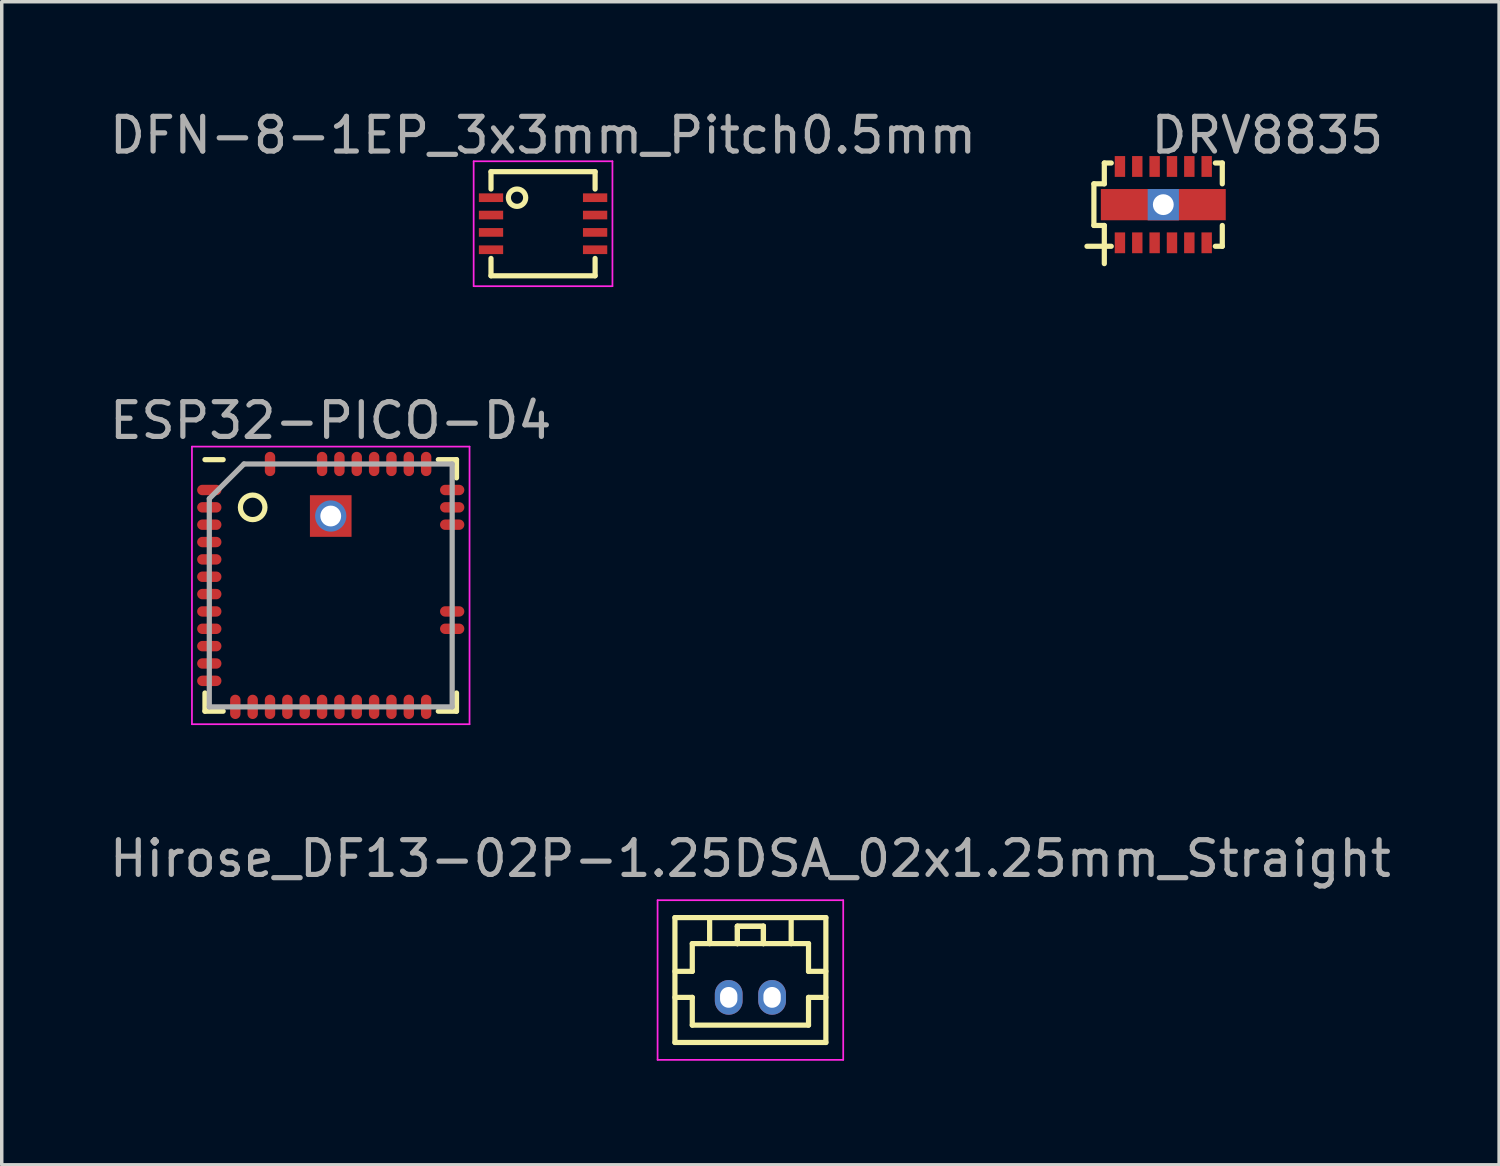
<source format=kicad_pcb>
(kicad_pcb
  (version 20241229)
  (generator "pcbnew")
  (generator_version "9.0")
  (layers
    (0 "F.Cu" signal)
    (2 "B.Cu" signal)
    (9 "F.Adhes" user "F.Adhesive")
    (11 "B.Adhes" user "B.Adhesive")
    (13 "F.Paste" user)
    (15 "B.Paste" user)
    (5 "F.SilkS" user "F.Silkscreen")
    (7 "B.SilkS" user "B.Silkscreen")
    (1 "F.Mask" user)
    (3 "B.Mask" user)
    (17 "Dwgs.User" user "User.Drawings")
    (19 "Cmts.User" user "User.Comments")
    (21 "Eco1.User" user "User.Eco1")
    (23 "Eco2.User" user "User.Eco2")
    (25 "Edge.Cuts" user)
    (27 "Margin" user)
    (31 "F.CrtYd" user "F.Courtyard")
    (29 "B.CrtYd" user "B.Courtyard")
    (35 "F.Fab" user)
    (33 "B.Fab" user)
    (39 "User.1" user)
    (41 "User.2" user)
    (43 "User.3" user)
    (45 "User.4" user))
  (footprint "Hirose_DF13-02P-1.25DSA_02x1.25mm_Straight"
    (layer "F.Cu")
    (at 18.577 25.695)
    (property "Reference" "Hirose_DF13-02P-1.25DSA_02x1.25mm_Straight" (at 0 -4 0) (layer "F.Fab") (effects (font (size 1 1) (thickness 0.15))))
    (attr through_hole)
    (fp_line (start -2.175 -2.3) (end -2.175 1.3) (stroke (width 0.15) (type solid)) (layer "F.SilkS"))
    (fp_line (start -2.175 -0.75) (end -1.675 -0.75) (stroke (width 0.15) (type solid)) (layer "F.SilkS"))
    (fp_line (start -2.175 0) (end -1.675 0) (stroke (width 0.15) (type solid)) (layer "F.SilkS"))
    (fp_line (start -2.175 1.3) (end 2.175 1.3) (stroke (width 0.15) (type solid)) (layer "F.SilkS"))
    (fp_line (start -1.675 -1.55) (end -1.175 -1.55) (stroke (width 0.15) (type solid)) (layer "F.SilkS"))
    (fp_line (start -1.675 -0.75) (end -1.675 -1.55) (stroke (width 0.15) (type solid)) (layer "F.SilkS"))
    (fp_line (start -1.675 0) (end -1.675 0.8) (stroke (width 0.15) (type solid)) (layer "F.SilkS"))
    (fp_line (start -1.675 0.8) (end 1.675 0.8) (stroke (width 0.15) (type solid)) (layer "F.SilkS"))
    (fp_line (start -1.175 -1.55) (end -1.175 -2.3) (stroke (width 0.15) (type solid)) (layer "F.SilkS"))
    (fp_line (start -1.175 -1.55) (end -0.375 -1.55) (stroke (width 0.15) (type solid)) (layer "F.SilkS"))
    (fp_line (start -0.375 -2.05) (end 0.375 -2.05) (stroke (width 0.15) (type solid)) (layer "F.SilkS"))
    (fp_line (start -0.375 -2.05) (end 0.375 -2.05) (stroke (width 0.15) (type solid)) (layer "F.SilkS"))
    (fp_line (start -0.375 -1.55) (end -0.375 -2.05) (stroke (width 0.15) (type solid)) (layer "F.SilkS"))
    (fp_line (start -0.375 -1.55) (end -0.375 -2.05) (stroke (width 0.15) (type solid)) (layer "F.SilkS"))
    (fp_line (start 0.375 -2.05) (end 0.375 -1.55) (stroke (width 0.15) (type solid)) (layer "F.SilkS"))
    (fp_line (start 0.375 -2.05) (end 0.375 -1.55) (stroke (width 0.15) (type solid)) (layer "F.SilkS"))
    (fp_line (start 0.375 -1.55) (end -0.375 -1.55) (stroke (width 0.15) (type solid)) (layer "F.SilkS"))
    (fp_line (start 0.375 -1.55) (end 1.175 -1.55) (stroke (width 0.15) (type solid)) (layer "F.SilkS"))
    (fp_line (start 1.175 -1.55) (end 1.175 -2.3) (stroke (width 0.15) (type solid)) (layer "F.SilkS"))
    (fp_line (start 1.675 -1.55) (end 1.175 -1.55) (stroke (width 0.15) (type solid)) (layer "F.SilkS"))
    (fp_line (start 1.675 -0.75) (end 1.675 -1.55) (stroke (width 0.15) (type solid)) (layer "F.SilkS"))
    (fp_line (start 1.675 0) (end 2.175 0) (stroke (width 0.15) (type solid)) (layer "F.SilkS"))
    (fp_line (start 1.675 0.8) (end 1.675 0) (stroke (width 0.15) (type solid)) (layer "F.SilkS"))
    (fp_line (start 2.175 -2.3) (end -2.175 -2.3) (stroke (width 0.15) (type solid)) (layer "F.SilkS"))
    (fp_line (start 2.175 -0.75) (end 1.675 -0.75) (stroke (width 0.15) (type solid)) (layer "F.SilkS"))
    (fp_line (start 2.175 1.3) (end 2.175 -2.3) (stroke (width 0.15) (type solid)) (layer "F.SilkS"))
    (fp_line (start -2.675 -2.8) (end -2.675 1.8) (stroke (width 0.05) (type solid)) (layer "F.CrtYd"))
    (fp_line (start -2.675 1.8) (end 2.675 1.8) (stroke (width 0.05) (type solid)) (layer "F.CrtYd"))
    (fp_line (start 2.675 -2.8) (end -2.675 -2.8) (stroke (width 0.05) (type solid)) (layer "F.CrtYd"))
    (fp_line (start 2.675 1.8) (end 2.675 -2.8) (stroke (width 0.05) (type solid)) (layer "F.CrtYd"))
    (pad "1" thru_hole oval (at -0.625 0) (size 0.8 1) (drill oval 0.5 0.6) (layers "*.Cu" "*.Mask"))
    (pad "2" thru_hole oval (at 0.625 0) (size 0.8 1) (drill oval 0.5 0.6) (layers "*.Cu" "*.Mask")))
  (footprint "ESP32-PICO-D4"
    (layer "F.Cu")
    (at 6.482 13.822)
    (property "Reference" "ESP32-PICO-D4" (at 0 -4.75 0) (layer "F.Fab") (effects (font (size 1 1) (thickness 0.15))))
    (attr smd)
    (fp_line (start -3.625 -3.625) (end -3.1 -3.625) (stroke (width 0.15) (type solid)) (layer "F.SilkS"))
    (fp_line (start -3.625 3.625) (end -3.625 3.1) (stroke (width 0.15) (type solid)) (layer "F.SilkS"))
    (fp_line (start -3.625 3.625) (end -3.1 3.625) (stroke (width 0.15) (type solid)) (layer "F.SilkS"))
    (fp_line (start 3.625 -3.625) (end 3.1 -3.625) (stroke (width 0.15) (type solid)) (layer "F.SilkS"))
    (fp_line (start 3.625 -3.625) (end 3.625 -3.1) (stroke (width 0.15) (type solid)) (layer "F.SilkS"))
    (fp_line (start 3.625 3.625) (end 3.1 3.625) (stroke (width 0.15) (type solid)) (layer "F.SilkS"))
    (fp_line (start 3.625 3.625) (end 3.625 3.1) (stroke (width 0.15) (type solid)) (layer "F.SilkS"))
    (fp_circle (center -2.25 -2.25) (end -2 -2.5) (stroke (width 0.15) (type solid)) (fill no) (layer "F.SilkS"))
    (fp_line (start -4 -4) (end -4 4) (stroke (width 0.05) (type solid)) (layer "F.CrtYd"))
    (fp_line (start -4 -4) (end 4 -4) (stroke (width 0.05) (type solid)) (layer "F.CrtYd"))
    (fp_line (start -4 4) (end 4 4) (stroke (width 0.05) (type solid)) (layer "F.CrtYd"))
    (fp_line (start 4 -4) (end 4 4) (stroke (width 0.05) (type solid)) (layer "F.CrtYd"))
    (fp_line (start -3.5 -2.5) (end -2.5 -3.5) (stroke (width 0.15) (type solid)) (layer "F.Fab"))
    (fp_line (start -3.5 3.5) (end -3.5 -2.5) (stroke (width 0.15) (type solid)) (layer "F.Fab"))
    (fp_line (start -2.5 -3.5) (end 3.5 -3.5) (stroke (width 0.15) (type solid)) (layer "F.Fab"))
    (fp_line (start 3.5 -3.5) (end 3.5 3.5) (stroke (width 0.15) (type solid)) (layer "F.Fab"))
    (fp_line (start 3.5 3.5) (end -3.5 3.5) (stroke (width 0.15) (type solid)) (layer "F.Fab"))
    (pad "1" smd oval (at -3.5 -2.75) (size 0.7 0.3) (layers "F.Cu" "F.Mask" "F.Paste"))
    (pad "2" smd oval (at -3.5 -2.25) (size 0.7 0.3) (layers "F.Cu" "F.Mask" "F.Paste"))
    (pad "3" smd oval (at -3.5 -1.75) (size 0.7 0.3) (layers "F.Cu" "F.Mask" "F.Paste"))
    (pad "4" smd oval (at -3.5 -1.25) (size 0.7 0.3) (layers "F.Cu" "F.Mask" "F.Paste"))
    (pad "5" smd oval (at -3.5 -0.75) (size 0.7 0.3) (layers "F.Cu" "F.Mask" "F.Paste"))
    (pad "6" smd oval (at -3.5 -0.25) (size 0.7 0.3) (layers "F.Cu" "F.Mask" "F.Paste"))
    (pad "7" smd oval (at -3.5 0.25) (size 0.7 0.3) (layers "F.Cu" "F.Mask" "F.Paste"))
    (pad "8" smd oval (at -3.5 0.75) (size 0.7 0.3) (layers "F.Cu" "F.Mask" "F.Paste"))
    (pad "9" smd oval (at -3.5 1.25) (size 0.7 0.3) (layers "F.Cu" "F.Mask" "F.Paste"))
    (pad "10" smd oval (at -3.5 1.75) (size 0.7 0.3) (layers "F.Cu" "F.Mask" "F.Paste"))
    (pad "11" smd oval (at -3.5 2.25) (size 0.7 0.3) (layers "F.Cu" "F.Mask" "F.Paste"))
    (pad "12" smd oval (at -3.5 2.75) (size 0.7 0.3) (layers "F.Cu" "F.Mask" "F.Paste"))
    (pad "13" smd oval (at -2.75 3.5) (size 0.3 0.7) (layers "F.Cu" "F.Mask" "F.Paste"))
    (pad "14" smd oval (at -2.25 3.5) (size 0.3 0.7) (layers "F.Cu" "F.Mask" "F.Paste"))
    (pad "15" smd oval (at -1.75 3.5) (size 0.3 0.7) (layers "F.Cu" "F.Mask" "F.Paste"))
    (pad "16" smd oval (at -1.25 3.5) (size 0.3 0.7) (layers "F.Cu" "F.Mask" "F.Paste"))
    (pad "17" smd oval (at -0.75 3.5) (size 0.3 0.7) (layers "F.Cu" "F.Mask" "F.Paste"))
    (pad "18" smd oval (at -0.25 3.5) (size 0.3 0.7) (layers "F.Cu" "F.Mask" "F.Paste"))
    (pad "19" smd oval (at 0.25 3.5) (size 0.3 0.7) (layers "F.Cu" "F.Mask" "F.Paste"))
    (pad "20" smd oval (at 0.75 3.5) (size 0.3 0.7) (layers "F.Cu" "F.Mask" "F.Paste"))
    (pad "21" smd oval (at 1.25 3.5) (size 0.3 0.7) (layers "F.Cu" "F.Mask" "F.Paste"))
    (pad "22" smd oval (at 1.75 3.5) (size 0.3 0.7) (layers "F.Cu" "F.Mask" "F.Paste"))
    (pad "23" smd oval (at 2.25 3.5) (size 0.3 0.7) (layers "F.Cu" "F.Mask" "F.Paste"))
    (pad "24" smd oval (at 2.75 3.5) (size 0.3 0.7) (layers "F.Cu" "F.Mask" "F.Paste"))
    (pad "28" smd oval (at 3.5 1.25) (size 0.7 0.3) (layers "F.Cu" "F.Mask" "F.Paste"))
    (pad "29" smd oval (at 3.5 0.75) (size 0.7 0.3) (layers "F.Cu" "F.Mask" "F.Paste"))
    (pad "34" smd oval (at 3.5 -1.75) (size 0.7 0.3) (layers "F.Cu" "F.Mask" "F.Paste"))
    (pad "35" smd oval (at 3.5 -2.25) (size 0.7 0.3) (layers "F.Cu" "F.Mask" "F.Paste"))
    (pad "36" smd oval (at 3.5 -2.75) (size 0.7 0.3) (layers "F.Cu" "F.Mask" "F.Paste"))
    (pad "37" smd oval (at 2.75 -3.5 90) (size 0.7 0.3) (layers "F.Cu" "F.Mask" "F.Paste"))
    (pad "38" smd oval (at 2.25 -3.5 90) (size 0.7 0.3) (layers "F.Cu" "F.Mask" "F.Paste"))
    (pad "39" smd oval (at 1.75 -3.5 90) (size 0.7 0.3) (layers "F.Cu" "F.Mask" "F.Paste"))
    (pad "40" smd oval (at 1.25 -3.5 90) (size 0.7 0.3) (layers "F.Cu" "F.Mask" "F.Paste"))
    (pad "41" smd oval (at 0.75 -3.5 90) (size 0.7 0.3) (layers "F.Cu" "F.Mask" "F.Paste"))
    (pad "42" smd oval (at 0.25 -3.5 90) (size 0.7 0.3) (layers "F.Cu" "F.Mask" "F.Paste"))
    (pad "43" smd oval (at -0.25 -3.5 90) (size 0.7 0.3) (layers "F.Cu" "F.Mask" "F.Paste"))
    (pad "46" smd oval (at -1.75 -3.5 90) (size 0.7 0.3) (layers "F.Cu" "F.Mask" "F.Paste"))
    (pad "49" thru_hole circle (at 0 -2) (size 0.9 0.9) (drill 0.6) (layers "*.Cu" "*.Mask"))
    (pad "49" smd rect (at 0 -2) (size 1.2 1.2) (layers "F.Cu" "F.Mask" "F.Paste")))
  (footprint "DFN-8-1EP_3x3mm_Pitch0.5mm"
    (layer "F.Cu")
    (at 12.601 3.398)
    (property "Reference" "DFN-8-1EP_3x3mm_Pitch0.5mm" (at 0 -2.55 0) (layer "F.Fab") (effects (font (size 1 1) (thickness 0.15))))
    (attr smd)
    (fp_line (start -1.5 -1) (end -1.5 -1.5) (stroke (width 0.15) (type solid)) (layer "F.SilkS"))
    (fp_line (start -1.5 1) (end -1.5 1.5) (stroke (width 0.15) (type solid)) (layer "F.SilkS"))
    (fp_line (start -1.5 1.5) (end 1.5 1.5) (stroke (width 0.15) (type solid)) (layer "F.SilkS"))
    (fp_line (start 1.5 -1.5) (end -1.5 -1.5) (stroke (width 0.15) (type solid)) (layer "F.SilkS"))
    (fp_line (start 1.5 -1.5) (end 1.5 -1) (stroke (width 0.15) (type solid)) (layer "F.SilkS"))
    (fp_line (start 1.5 1) (end 1.5 1.5) (stroke (width 0.15) (type solid)) (layer "F.SilkS"))
    (fp_circle (center -0.75 -0.75) (end -0.75 -1) (stroke (width 0.15) (type solid)) (fill no) (layer "F.SilkS"))
    (fp_line (start -2 -1.8) (end -2 1.8) (stroke (width 0.05) (type solid)) (layer "F.CrtYd"))
    (fp_line (start -2 -1.8) (end 2 -1.8) (stroke (width 0.05) (type solid)) (layer "F.CrtYd"))
    (fp_line (start -2 1.8) (end 2 1.8) (stroke (width 0.05) (type solid)) (layer "F.CrtYd"))
    (fp_line (start 2 -1.8) (end 2 1.8) (stroke (width 0.05) (type solid)) (layer "F.CrtYd"))
    (pad "1" smd rect (at -1.5 -0.75) (size 0.7 0.25) (layers "F.Cu" "F.Mask" "F.Paste"))
    (pad "2" smd rect (at -1.5 -0.25) (size 0.7 0.25) (layers "F.Cu" "F.Mask" "F.Paste"))
    (pad "3" smd rect (at -1.5 0.25) (size 0.7 0.25) (layers "F.Cu" "F.Mask" "F.Paste"))
    (pad "4" smd rect (at -1.5 0.75) (size 0.7 0.25) (layers "F.Cu" "F.Mask" "F.Paste"))
    (pad "5" smd rect (at 1.5 0.75) (size 0.7 0.25) (layers "F.Cu" "F.Mask" "F.Paste"))
    (pad "6" smd rect (at 1.5 0.25) (size 0.7 0.25) (layers "F.Cu" "F.Mask" "F.Paste"))
    (pad "7" smd rect (at 1.5 -0.25) (size 0.7 0.25) (layers "F.Cu" "F.Mask" "F.Paste"))
    (pad "8" smd rect (at 1.5 -0.75) (size 0.7 0.25) (layers "F.Cu" "F.Mask" "F.Paste")))
  (footprint "DRV8835"
    (placed yes)
    (layer "F.Cu")
    (at 30.477 2.848)
    (property "Reference" "DRV8835" (at 3 -2 180) (layer "F.Fab") (effects (font (size 1 1) (thickness 0.15))))
    (attr through_hole)
    (fp_line (start -2 -0.6) (end -2 0.6) (stroke (width 0.15) (type solid)) (layer "F.SilkS"))
    (fp_line (start -2 0.6) (end -1.7 0.6) (stroke (width 0.15) (type solid)) (layer "F.SilkS"))
    (fp_line (start -1.7 -1.2) (end -1.5 -1.2) (stroke (width 0.15) (type solid)) (layer "F.SilkS"))
    (fp_line (start -1.7 -0.6) (end -2 -0.6) (stroke (width 0.15) (type solid)) (layer "F.SilkS"))
    (fp_line (start -1.7 -0.6) (end -1.7 -1.2) (stroke (width 0.15) (type solid)) (layer "F.SilkS"))
    (fp_line (start -1.7 1.2) (end -2.2 1.2) (stroke (width 0.15) (type solid)) (layer "F.SilkS"))
    (fp_line (start -1.7 1.2) (end -1.7 0.6) (stroke (width 0.15) (type solid)) (layer "F.SilkS"))
    (fp_line (start -1.7 1.2) (end -1.7 1.7) (stroke (width 0.15) (type solid)) (layer "F.SilkS"))
    (fp_line (start -1.5 1.2) (end -1.7 1.2) (stroke (width 0.15) (type solid)) (layer "F.SilkS"))
    (fp_line (start 1.5 -1.2) (end 1.7 -1.2) (stroke (width 0.15) (type solid)) (layer "F.SilkS"))
    (fp_line (start 1.7 -1.2) (end 1.7 -0.6) (stroke (width 0.15) (type solid)) (layer "F.SilkS"))
    (fp_line (start 1.7 0.6) (end 1.7 1.2) (stroke (width 0.15) (type solid)) (layer "F.SilkS"))
    (fp_line (start 1.7 1.2) (end 1.5 1.2) (stroke (width 0.15) (type solid)) (layer "F.SilkS"))
    (pad "1" smd rect (at -1.25 1.1) (size 0.3 0.6) (layers "F.Cu" "F.Mask" "F.Paste"))
    (pad "2" smd rect (at -0.75 1.1) (size 0.3 0.6) (layers "F.Cu" "F.Mask" "F.Paste"))
    (pad "3" smd rect (at -0.25 1.1) (size 0.3 0.6) (layers "F.Cu" "F.Mask" "F.Paste"))
    (pad "4" smd rect (at 0.25 1.1) (size 0.3 0.6) (layers "F.Cu" "F.Mask" "F.Paste"))
    (pad "5" smd rect (at 0.75 1.1) (size 0.3 0.6) (layers "F.Cu" "F.Mask" "F.Paste"))
    (pad "6" smd rect (at 1.25 1.1) (size 0.3 0.6) (layers "F.Cu" "F.Mask" "F.Paste"))
    (pad "7" smd rect (at 1.25 -1.1) (size 0.3 0.6) (layers "F.Cu" "F.Mask" "F.Paste"))
    (pad "8" smd rect (at 0.75 -1.1) (size 0.3 0.6) (layers "F.Cu" "F.Mask" "F.Paste"))
    (pad "9" smd rect (at 0.25 -1.1) (size 0.3 0.6) (layers "F.Cu" "F.Mask" "F.Paste"))
    (pad "10" smd rect (at -0.25 -1.1) (size 0.3 0.6) (layers "F.Cu" "F.Mask" "F.Paste"))
    (pad "11" smd rect (at -0.75 -1.1) (size 0.3 0.6) (layers "F.Cu" "F.Mask" "F.Paste"))
    (pad "12" smd rect (at -1.25 -1.1) (size 0.3 0.6) (layers "F.Cu" "F.Mask" "F.Paste"))
    (pad "13" thru_hole rect (at 0 0) (size 0.9 0.9) (drill 0.6) (layers "*.Cu" "*.Mask"))
    (pad "13" smd rect (at 0 0) (size 3.6 0.9) (layers "F.Cu" "F.Mask" "F.Paste")))
  (gr_rect
    (start -3 -3)
    (end 40.155 30.52)
    (stroke (width 0.1) (type default))
    (fill no)
    (layer "Edge.Cuts")))
</source>
